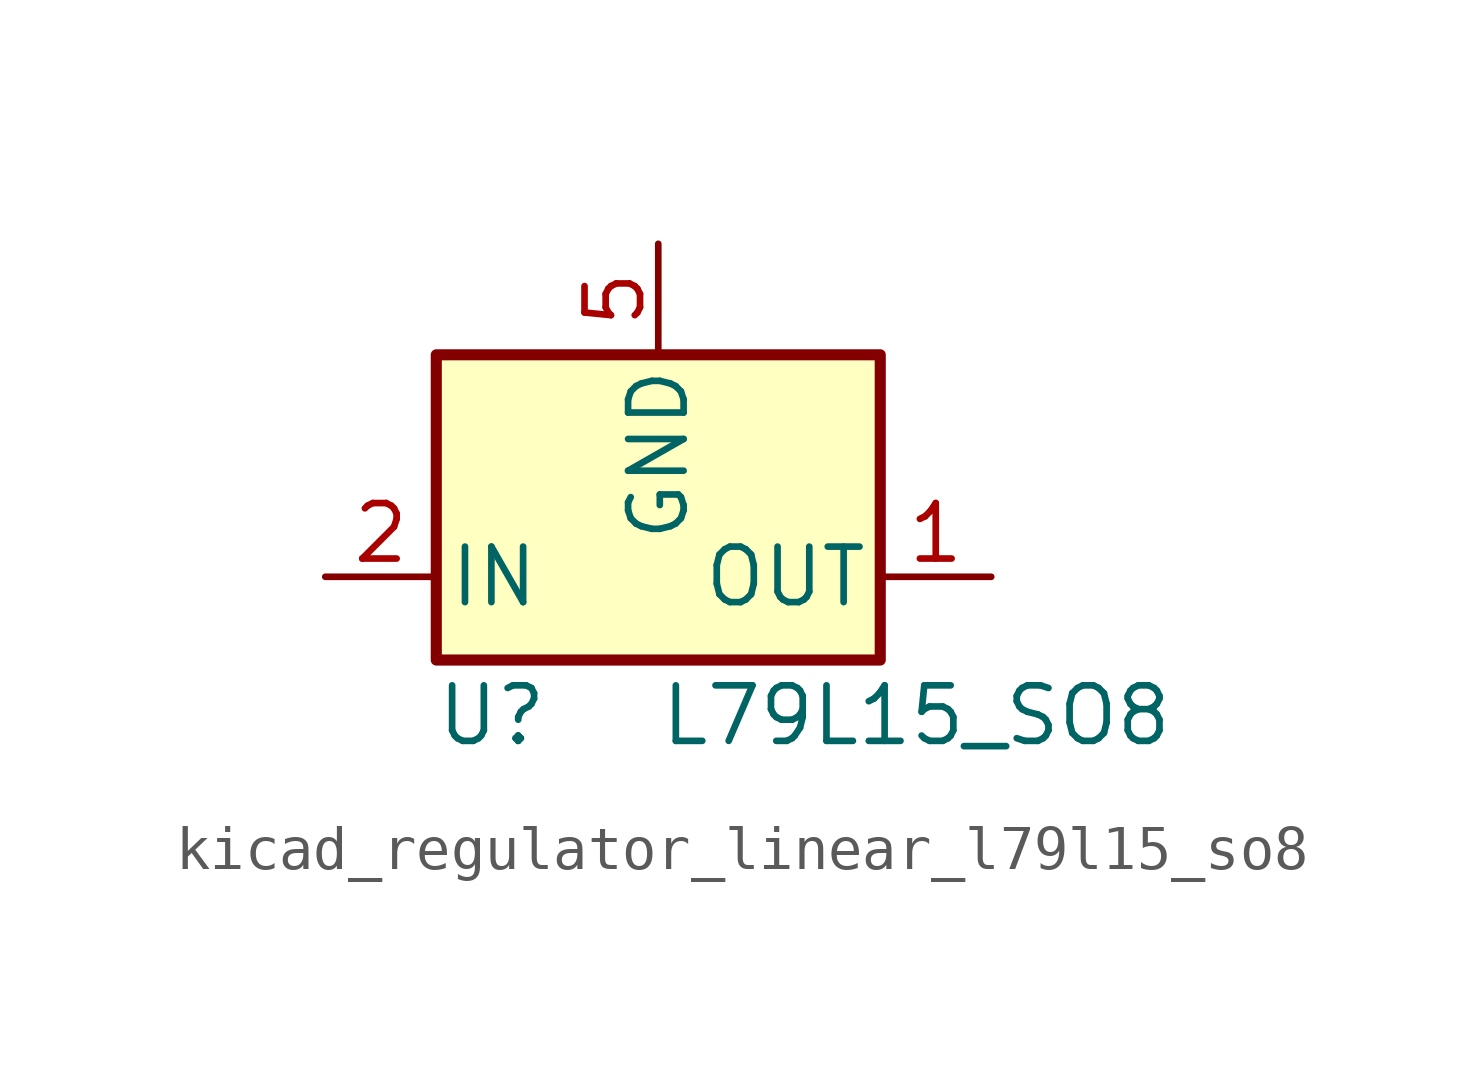
<source format=kicad_sym>
(kicad_symbol_lib
  (version 20220914)
  (generator kicad_symbol_editor)
  (symbol "kicad_regulator_linear_l79l15_so8"
    (pin_names
      (offset 0.254))
    (property "Reference" "U"
      (at -3.81 -3.175 0)
      (effects (font (size 1.27 1.27))))
    (property "Value" "L79L15_SO8"
      (at 0 -3.175 0)
      (effects (font (size 1.27 1.27)) (justify left)))
    (symbol "kicad_regulator_linear_l79l15_so8_0_1"
      (rectangle (start -5.08 5.08) (end 5.08 -1.905) (stroke (width 0.254) (type default)) (fill (type background))))
    (symbol "kicad_regulator_linear_l79l15_so8_1_1"
      (pin power_out line (at 7.62 0 180) (length 2.54) (name "OUT" (effects (font (size 1.27 1.27)))) (number "1" (effects (font (size 1.27 1.27)))))
      (pin power_in line (at -7.62 0 0) (length 2.54) (name "IN" (effects (font (size 1.27 1.27)))) (number "2" (effects (font (size 1.27 1.27)))))
      (pin passive line (at -7.62 0 0) (length 2.54) hide (name "IN" (effects (font (size 1.27 1.27)))) (number "3" (effects (font (size 1.27 1.27)))))
      (pin no_connect line (at 5.08 2.54 180) (length 2.54) hide (name "NC" (effects (font (size 1.27 1.27)))) (number "4" (effects (font (size 1.27 1.27)))))
      (pin power_in line (at 0 7.62 270) (length 2.54) (name "GND" (effects (font (size 1.27 1.27)))) (number "5" (effects (font (size 1.27 1.27)))))
      (pin passive line (at -7.62 0 0) (length 2.54) hide (name "IN" (effects (font (size 1.27 1.27)))) (number "6" (effects (font (size 1.27 1.27)))))
      (pin passive line (at -7.62 0 0) (length 2.54) hide (name "IN" (effects (font (size 1.27 1.27)))) (number "7" (effects (font (size 1.27 1.27)))))
      (pin no_connect line (at -5.08 2.54 0) (length 2.54) hide (name "NC" (effects (font (size 1.27 1.27)))) (number "8" (effects (font (size 1.27 1.27))))))))
</source>
